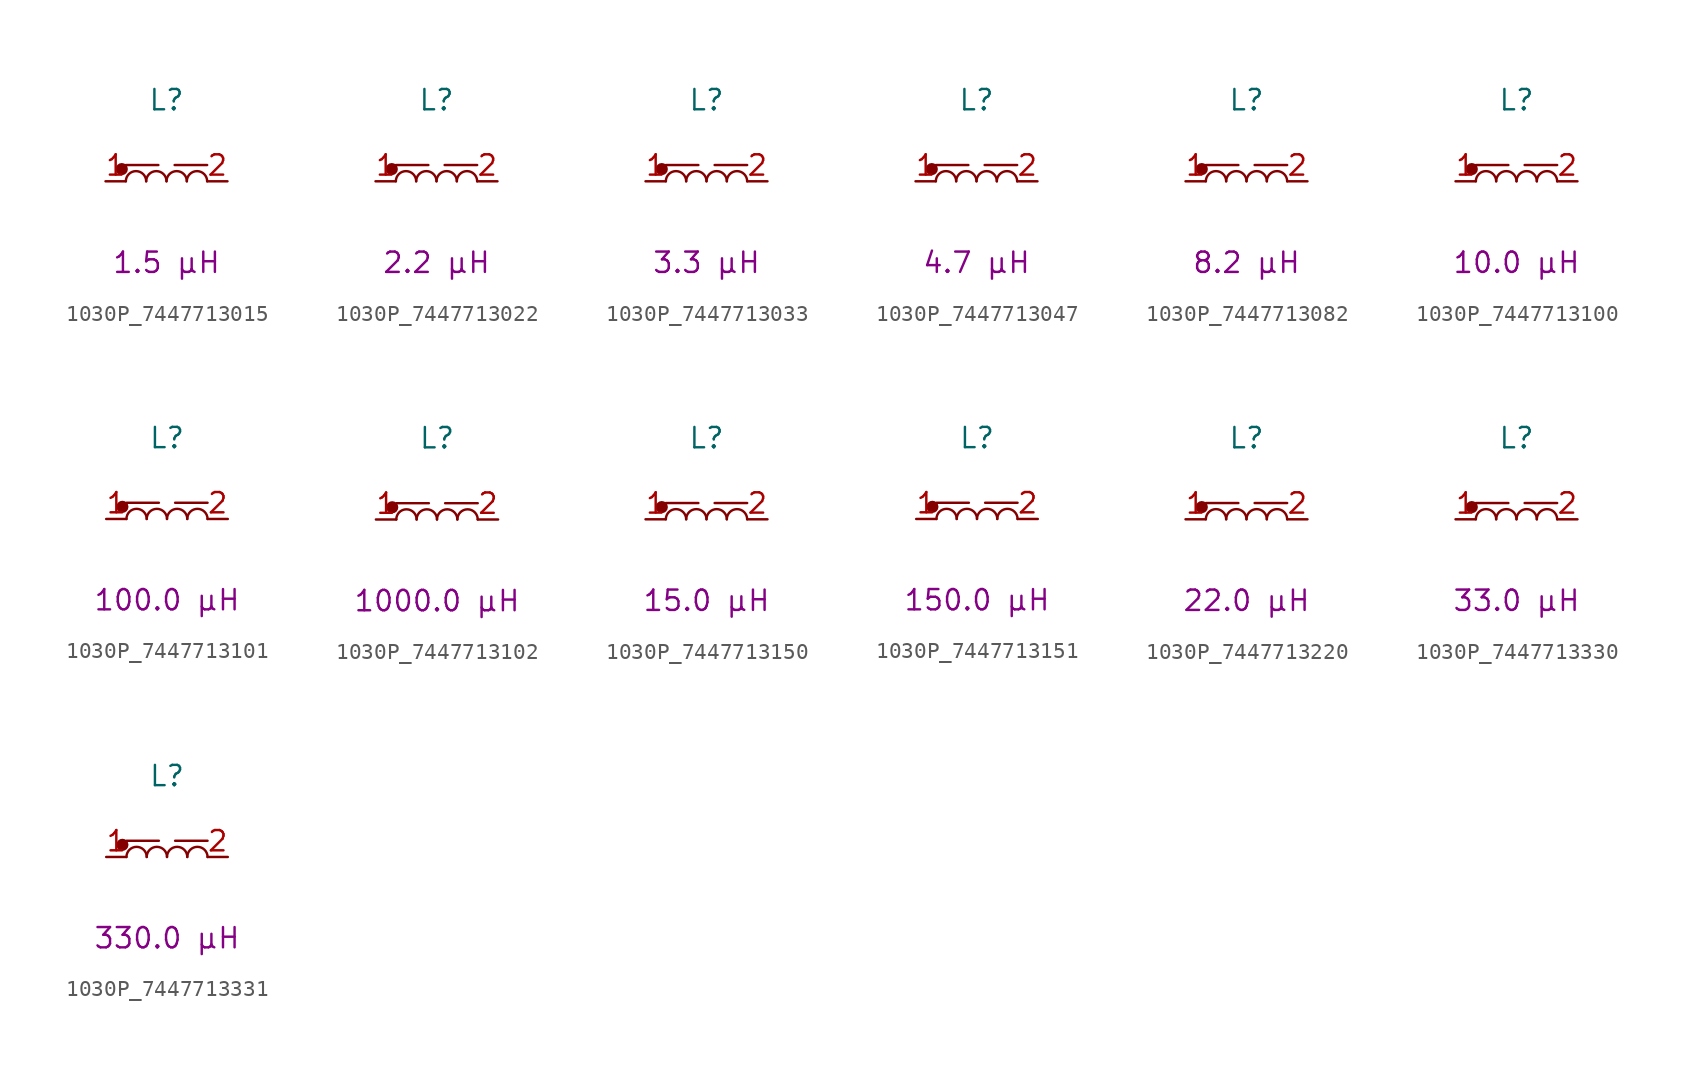
<source format=kicad_sym>
(kicad_symbol_lib
  (version 20220914)
  (generator kicad_symbol_editor)
  (symbol "1030P_7447713015"
    (pin_names hide)
    (property "Reference" "L"
      (at 0 5.08 0)
      (effects (font (size 1.27 1.27))))
    (property "Critical Parameter" "1.5 µH"
      (at 0 -5.08 0)
      (effects (font (size 1.27 1.27))))
    (symbol "1030P_7447713015_0_1"
      (arc (start -1.27 0) (mid -1.905 0.6323) (end -2.54 0) (stroke (width 0) (type default)) (fill (type none)))
      (arc (start 0 0) (mid -0.635 0.6323) (end -1.27 0) (stroke (width 0) (type default)) (fill (type none)))
      (polyline (pts (xy -2.54 1.016) (xy -0.508 1.016)) (stroke (width 0) (type default)) (fill (type none)))
      (arc (start 1.27 0) (mid 0.635 0.6323) (end 0 0) (stroke (width 0) (type default)) (fill (type none)))
      (arc (start 2.54 0) (mid 1.905 0.6323) (end 1.27 0) (stroke (width 0) (type default)) (fill (type none))))
    (symbol "1030P_7447713015_1_1"
      (circle (center -2.794 0.762) (radius 0.0001) (stroke (width 0.381) (type default)) (fill (type none)))
      (polyline (pts (xy 2.54 1.016) (xy 0.508 1.016)) (stroke (width 0) (type default)) (fill (type none)))
      (pin passive line (at -3.81 0 0) (length 1.27) (name "1" (effects (font (size 1.27 1.27)))) (number "1" (effects (font (size 1.27 1.27)))))
      (pin passive line (at 3.81 0 180) (length 1.27) (name "2" (effects (font (size 1.27 1.27)))) (number "2" (effects (font (size 1.27 1.27)))))))
  (symbol "1030P_7447713022"
    (pin_names hide)
    (property "Reference" "L"
      (at 0 5.08 0)
      (effects (font (size 1.27 1.27))))
    (property "Critical Parameter" "2.2 µH"
      (at 0 -5.08 0)
      (effects (font (size 1.27 1.27))))
    (symbol "1030P_7447713022_0_1"
      (arc (start -1.27 0) (mid -1.905 0.6323) (end -2.54 0) (stroke (width 0) (type default)) (fill (type none)))
      (arc (start 0 0) (mid -0.635 0.6323) (end -1.27 0) (stroke (width 0) (type default)) (fill (type none)))
      (polyline (pts (xy -2.54 1.016) (xy -0.508 1.016)) (stroke (width 0) (type default)) (fill (type none)))
      (arc (start 1.27 0) (mid 0.635 0.6323) (end 0 0) (stroke (width 0) (type default)) (fill (type none)))
      (arc (start 2.54 0) (mid 1.905 0.6323) (end 1.27 0) (stroke (width 0) (type default)) (fill (type none))))
    (symbol "1030P_7447713022_1_1"
      (circle (center -2.794 0.762) (radius 0.0001) (stroke (width 0.381) (type default)) (fill (type none)))
      (polyline (pts (xy 2.54 1.016) (xy 0.508 1.016)) (stroke (width 0) (type default)) (fill (type none)))
      (pin passive line (at -3.81 0 0) (length 1.27) (name "1" (effects (font (size 1.27 1.27)))) (number "1" (effects (font (size 1.27 1.27)))))
      (pin passive line (at 3.81 0 180) (length 1.27) (name "2" (effects (font (size 1.27 1.27)))) (number "2" (effects (font (size 1.27 1.27)))))))
  (symbol "1030P_7447713033"
    (pin_names hide)
    (property "Reference" "L"
      (at 0 5.08 0)
      (effects (font (size 1.27 1.27))))
    (property "Critical Parameter" "3.3 µH"
      (at 0 -5.08 0)
      (effects (font (size 1.27 1.27))))
    (symbol "1030P_7447713033_0_1"
      (arc (start -1.27 0) (mid -1.905 0.6323) (end -2.54 0) (stroke (width 0) (type default)) (fill (type none)))
      (arc (start 0 0) (mid -0.635 0.6323) (end -1.27 0) (stroke (width 0) (type default)) (fill (type none)))
      (polyline (pts (xy -2.54 1.016) (xy -0.508 1.016)) (stroke (width 0) (type default)) (fill (type none)))
      (arc (start 1.27 0) (mid 0.635 0.6323) (end 0 0) (stroke (width 0) (type default)) (fill (type none)))
      (arc (start 2.54 0) (mid 1.905 0.6323) (end 1.27 0) (stroke (width 0) (type default)) (fill (type none))))
    (symbol "1030P_7447713033_1_1"
      (circle (center -2.794 0.762) (radius 0.0001) (stroke (width 0.381) (type default)) (fill (type none)))
      (polyline (pts (xy 2.54 1.016) (xy 0.508 1.016)) (stroke (width 0) (type default)) (fill (type none)))
      (pin passive line (at -3.81 0 0) (length 1.27) (name "1" (effects (font (size 1.27 1.27)))) (number "1" (effects (font (size 1.27 1.27)))))
      (pin passive line (at 3.81 0 180) (length 1.27) (name "2" (effects (font (size 1.27 1.27)))) (number "2" (effects (font (size 1.27 1.27)))))))
  (symbol "1030P_7447713047"
    (pin_names hide)
    (property "Reference" "L"
      (at 0 5.08 0)
      (effects (font (size 1.27 1.27))))
    (property "Critical Parameter" "4.7 µH"
      (at 0 -5.08 0)
      (effects (font (size 1.27 1.27))))
    (symbol "1030P_7447713047_0_1"
      (arc (start -1.27 0) (mid -1.905 0.6323) (end -2.54 0) (stroke (width 0) (type default)) (fill (type none)))
      (arc (start 0 0) (mid -0.635 0.6323) (end -1.27 0) (stroke (width 0) (type default)) (fill (type none)))
      (polyline (pts (xy -2.54 1.016) (xy -0.508 1.016)) (stroke (width 0) (type default)) (fill (type none)))
      (arc (start 1.27 0) (mid 0.635 0.6323) (end 0 0) (stroke (width 0) (type default)) (fill (type none)))
      (arc (start 2.54 0) (mid 1.905 0.6323) (end 1.27 0) (stroke (width 0) (type default)) (fill (type none))))
    (symbol "1030P_7447713047_1_1"
      (circle (center -2.794 0.762) (radius 0.0001) (stroke (width 0.381) (type default)) (fill (type none)))
      (polyline (pts (xy 2.54 1.016) (xy 0.508 1.016)) (stroke (width 0) (type default)) (fill (type none)))
      (pin passive line (at -3.81 0 0) (length 1.27) (name "1" (effects (font (size 1.27 1.27)))) (number "1" (effects (font (size 1.27 1.27)))))
      (pin passive line (at 3.81 0 180) (length 1.27) (name "2" (effects (font (size 1.27 1.27)))) (number "2" (effects (font (size 1.27 1.27)))))))
  (symbol "1030P_7447713082"
    (pin_names hide)
    (property "Reference" "L"
      (at 0 5.08 0)
      (effects (font (size 1.27 1.27))))
    (property "Critical Parameter" "8.2 µH"
      (at 0 -5.08 0)
      (effects (font (size 1.27 1.27))))
    (symbol "1030P_7447713082_0_1"
      (arc (start -1.27 0) (mid -1.905 0.6323) (end -2.54 0) (stroke (width 0) (type default)) (fill (type none)))
      (arc (start 0 0) (mid -0.635 0.6323) (end -1.27 0) (stroke (width 0) (type default)) (fill (type none)))
      (polyline (pts (xy -2.54 1.016) (xy -0.508 1.016)) (stroke (width 0) (type default)) (fill (type none)))
      (arc (start 1.27 0) (mid 0.635 0.6323) (end 0 0) (stroke (width 0) (type default)) (fill (type none)))
      (arc (start 2.54 0) (mid 1.905 0.6323) (end 1.27 0) (stroke (width 0) (type default)) (fill (type none))))
    (symbol "1030P_7447713082_1_1"
      (circle (center -2.794 0.762) (radius 0.0001) (stroke (width 0.381) (type default)) (fill (type none)))
      (polyline (pts (xy 2.54 1.016) (xy 0.508 1.016)) (stroke (width 0) (type default)) (fill (type none)))
      (pin passive line (at -3.81 0 0) (length 1.27) (name "1" (effects (font (size 1.27 1.27)))) (number "1" (effects (font (size 1.27 1.27)))))
      (pin passive line (at 3.81 0 180) (length 1.27) (name "2" (effects (font (size 1.27 1.27)))) (number "2" (effects (font (size 1.27 1.27)))))))
  (symbol "1030P_7447713100"
    (pin_names hide)
    (property "Reference" "L"
      (at 0 5.08 0)
      (effects (font (size 1.27 1.27))))
    (property "Critical Parameter" "10.0 µH"
      (at 0 -5.08 0)
      (effects (font (size 1.27 1.27))))
    (symbol "1030P_7447713100_0_1"
      (arc (start -1.27 0) (mid -1.905 0.6323) (end -2.54 0) (stroke (width 0) (type default)) (fill (type none)))
      (arc (start 0 0) (mid -0.635 0.6323) (end -1.27 0) (stroke (width 0) (type default)) (fill (type none)))
      (polyline (pts (xy -2.54 1.016) (xy -0.508 1.016)) (stroke (width 0) (type default)) (fill (type none)))
      (arc (start 1.27 0) (mid 0.635 0.6323) (end 0 0) (stroke (width 0) (type default)) (fill (type none)))
      (arc (start 2.54 0) (mid 1.905 0.6323) (end 1.27 0) (stroke (width 0) (type default)) (fill (type none))))
    (symbol "1030P_7447713100_1_1"
      (circle (center -2.794 0.762) (radius 0.0001) (stroke (width 0.381) (type default)) (fill (type none)))
      (polyline (pts (xy 2.54 1.016) (xy 0.508 1.016)) (stroke (width 0) (type default)) (fill (type none)))
      (pin passive line (at -3.81 0 0) (length 1.27) (name "1" (effects (font (size 1.27 1.27)))) (number "1" (effects (font (size 1.27 1.27)))))
      (pin passive line (at 3.81 0 180) (length 1.27) (name "2" (effects (font (size 1.27 1.27)))) (number "2" (effects (font (size 1.27 1.27)))))))
  (symbol "1030P_7447713101"
    (pin_names hide)
    (property "Reference" "L"
      (at 0 5.08 0)
      (effects (font (size 1.27 1.27))))
    (property "Critical Parameter" "100.0 µH"
      (at 0 -5.08 0)
      (effects (font (size 1.27 1.27))))
    (symbol "1030P_7447713101_0_1"
      (arc (start -1.27 0) (mid -1.905 0.6323) (end -2.54 0) (stroke (width 0) (type default)) (fill (type none)))
      (arc (start 0 0) (mid -0.635 0.6323) (end -1.27 0) (stroke (width 0) (type default)) (fill (type none)))
      (polyline (pts (xy -2.54 1.016) (xy -0.508 1.016)) (stroke (width 0) (type default)) (fill (type none)))
      (arc (start 1.27 0) (mid 0.635 0.6323) (end 0 0) (stroke (width 0) (type default)) (fill (type none)))
      (arc (start 2.54 0) (mid 1.905 0.6323) (end 1.27 0) (stroke (width 0) (type default)) (fill (type none))))
    (symbol "1030P_7447713101_1_1"
      (circle (center -2.794 0.762) (radius 0.0001) (stroke (width 0.381) (type default)) (fill (type none)))
      (polyline (pts (xy 2.54 1.016) (xy 0.508 1.016)) (stroke (width 0) (type default)) (fill (type none)))
      (pin passive line (at -3.81 0 0) (length 1.27) (name "1" (effects (font (size 1.27 1.27)))) (number "1" (effects (font (size 1.27 1.27)))))
      (pin passive line (at 3.81 0 180) (length 1.27) (name "2" (effects (font (size 1.27 1.27)))) (number "2" (effects (font (size 1.27 1.27)))))))
  (symbol "1030P_7447713102"
    (pin_names hide)
    (property "Reference" "L"
      (at 0 5.08 0)
      (effects (font (size 1.27 1.27))))
    (property "Critical Parameter" "1000.0 µH"
      (at 0 -5.08 0)
      (effects (font (size 1.27 1.27))))
    (symbol "1030P_7447713102_0_1"
      (arc (start -1.27 0) (mid -1.905 0.6323) (end -2.54 0) (stroke (width 0) (type default)) (fill (type none)))
      (arc (start 0 0) (mid -0.635 0.6323) (end -1.27 0) (stroke (width 0) (type default)) (fill (type none)))
      (polyline (pts (xy -2.54 1.016) (xy -0.508 1.016)) (stroke (width 0) (type default)) (fill (type none)))
      (arc (start 1.27 0) (mid 0.635 0.6323) (end 0 0) (stroke (width 0) (type default)) (fill (type none)))
      (arc (start 2.54 0) (mid 1.905 0.6323) (end 1.27 0) (stroke (width 0) (type default)) (fill (type none))))
    (symbol "1030P_7447713102_1_1"
      (circle (center -2.794 0.762) (radius 0.0001) (stroke (width 0.381) (type default)) (fill (type none)))
      (polyline (pts (xy 2.54 1.016) (xy 0.508 1.016)) (stroke (width 0) (type default)) (fill (type none)))
      (pin passive line (at -3.81 0 0) (length 1.27) (name "1" (effects (font (size 1.27 1.27)))) (number "1" (effects (font (size 1.27 1.27)))))
      (pin passive line (at 3.81 0 180) (length 1.27) (name "2" (effects (font (size 1.27 1.27)))) (number "2" (effects (font (size 1.27 1.27)))))))
  (symbol "1030P_7447713150"
    (pin_names hide)
    (property "Reference" "L"
      (at 0 5.08 0)
      (effects (font (size 1.27 1.27))))
    (property "Critical Parameter" "15.0 µH"
      (at 0 -5.08 0)
      (effects (font (size 1.27 1.27))))
    (symbol "1030P_7447713150_0_1"
      (arc (start -1.27 0) (mid -1.905 0.6323) (end -2.54 0) (stroke (width 0) (type default)) (fill (type none)))
      (arc (start 0 0) (mid -0.635 0.6323) (end -1.27 0) (stroke (width 0) (type default)) (fill (type none)))
      (polyline (pts (xy -2.54 1.016) (xy -0.508 1.016)) (stroke (width 0) (type default)) (fill (type none)))
      (arc (start 1.27 0) (mid 0.635 0.6323) (end 0 0) (stroke (width 0) (type default)) (fill (type none)))
      (arc (start 2.54 0) (mid 1.905 0.6323) (end 1.27 0) (stroke (width 0) (type default)) (fill (type none))))
    (symbol "1030P_7447713150_1_1"
      (circle (center -2.794 0.762) (radius 0.0001) (stroke (width 0.381) (type default)) (fill (type none)))
      (polyline (pts (xy 2.54 1.016) (xy 0.508 1.016)) (stroke (width 0) (type default)) (fill (type none)))
      (pin passive line (at -3.81 0 0) (length 1.27) (name "1" (effects (font (size 1.27 1.27)))) (number "1" (effects (font (size 1.27 1.27)))))
      (pin passive line (at 3.81 0 180) (length 1.27) (name "2" (effects (font (size 1.27 1.27)))) (number "2" (effects (font (size 1.27 1.27)))))))
  (symbol "1030P_7447713151"
    (pin_names hide)
    (property "Reference" "L"
      (at 0 5.08 0)
      (effects (font (size 1.27 1.27))))
    (property "Critical Parameter" "150.0 µH"
      (at 0 -5.08 0)
      (effects (font (size 1.27 1.27))))
    (symbol "1030P_7447713151_0_1"
      (arc (start -1.27 0) (mid -1.905 0.6323) (end -2.54 0) (stroke (width 0) (type default)) (fill (type none)))
      (arc (start 0 0) (mid -0.635 0.6323) (end -1.27 0) (stroke (width 0) (type default)) (fill (type none)))
      (polyline (pts (xy -2.54 1.016) (xy -0.508 1.016)) (stroke (width 0) (type default)) (fill (type none)))
      (arc (start 1.27 0) (mid 0.635 0.6323) (end 0 0) (stroke (width 0) (type default)) (fill (type none)))
      (arc (start 2.54 0) (mid 1.905 0.6323) (end 1.27 0) (stroke (width 0) (type default)) (fill (type none))))
    (symbol "1030P_7447713151_1_1"
      (circle (center -2.794 0.762) (radius 0.0001) (stroke (width 0.381) (type default)) (fill (type none)))
      (polyline (pts (xy 2.54 1.016) (xy 0.508 1.016)) (stroke (width 0) (type default)) (fill (type none)))
      (pin passive line (at -3.81 0 0) (length 1.27) (name "1" (effects (font (size 1.27 1.27)))) (number "1" (effects (font (size 1.27 1.27)))))
      (pin passive line (at 3.81 0 180) (length 1.27) (name "2" (effects (font (size 1.27 1.27)))) (number "2" (effects (font (size 1.27 1.27)))))))
  (symbol "1030P_7447713220"
    (pin_names hide)
    (property "Reference" "L"
      (at 0 5.08 0)
      (effects (font (size 1.27 1.27))))
    (property "Critical Parameter" "22.0 µH"
      (at 0 -5.08 0)
      (effects (font (size 1.27 1.27))))
    (symbol "1030P_7447713220_0_1"
      (arc (start -1.27 0) (mid -1.905 0.6323) (end -2.54 0) (stroke (width 0) (type default)) (fill (type none)))
      (arc (start 0 0) (mid -0.635 0.6323) (end -1.27 0) (stroke (width 0) (type default)) (fill (type none)))
      (polyline (pts (xy -2.54 1.016) (xy -0.508 1.016)) (stroke (width 0) (type default)) (fill (type none)))
      (arc (start 1.27 0) (mid 0.635 0.6323) (end 0 0) (stroke (width 0) (type default)) (fill (type none)))
      (arc (start 2.54 0) (mid 1.905 0.6323) (end 1.27 0) (stroke (width 0) (type default)) (fill (type none))))
    (symbol "1030P_7447713220_1_1"
      (circle (center -2.794 0.762) (radius 0.0001) (stroke (width 0.381) (type default)) (fill (type none)))
      (polyline (pts (xy 2.54 1.016) (xy 0.508 1.016)) (stroke (width 0) (type default)) (fill (type none)))
      (pin passive line (at -3.81 0 0) (length 1.27) (name "1" (effects (font (size 1.27 1.27)))) (number "1" (effects (font (size 1.27 1.27)))))
      (pin passive line (at 3.81 0 180) (length 1.27) (name "2" (effects (font (size 1.27 1.27)))) (number "2" (effects (font (size 1.27 1.27)))))))
  (symbol "1030P_7447713330"
    (pin_names hide)
    (property "Reference" "L"
      (at 0 5.08 0)
      (effects (font (size 1.27 1.27))))
    (property "Critical Parameter" "33.0 µH"
      (at 0 -5.08 0)
      (effects (font (size 1.27 1.27))))
    (symbol "1030P_7447713330_0_1"
      (arc (start -1.27 0) (mid -1.905 0.6323) (end -2.54 0) (stroke (width 0) (type default)) (fill (type none)))
      (arc (start 0 0) (mid -0.635 0.6323) (end -1.27 0) (stroke (width 0) (type default)) (fill (type none)))
      (polyline (pts (xy -2.54 1.016) (xy -0.508 1.016)) (stroke (width 0) (type default)) (fill (type none)))
      (arc (start 1.27 0) (mid 0.635 0.6323) (end 0 0) (stroke (width 0) (type default)) (fill (type none)))
      (arc (start 2.54 0) (mid 1.905 0.6323) (end 1.27 0) (stroke (width 0) (type default)) (fill (type none))))
    (symbol "1030P_7447713330_1_1"
      (circle (center -2.794 0.762) (radius 0.0001) (stroke (width 0.381) (type default)) (fill (type none)))
      (polyline (pts (xy 2.54 1.016) (xy 0.508 1.016)) (stroke (width 0) (type default)) (fill (type none)))
      (pin passive line (at -3.81 0 0) (length 1.27) (name "1" (effects (font (size 1.27 1.27)))) (number "1" (effects (font (size 1.27 1.27)))))
      (pin passive line (at 3.81 0 180) (length 1.27) (name "2" (effects (font (size 1.27 1.27)))) (number "2" (effects (font (size 1.27 1.27)))))))
  (symbol "1030P_7447713331"
    (pin_names hide)
    (property "Reference" "L"
      (at 0 5.08 0)
      (effects (font (size 1.27 1.27))))
    (property "Critical Parameter" "330.0 µH"
      (at 0 -5.08 0)
      (effects (font (size 1.27 1.27))))
    (symbol "1030P_7447713331_0_1"
      (arc (start -1.27 0) (mid -1.905 0.6323) (end -2.54 0) (stroke (width 0) (type default)) (fill (type none)))
      (arc (start 0 0) (mid -0.635 0.6323) (end -1.27 0) (stroke (width 0) (type default)) (fill (type none)))
      (polyline (pts (xy -2.54 1.016) (xy -0.508 1.016)) (stroke (width 0) (type default)) (fill (type none)))
      (arc (start 1.27 0) (mid 0.635 0.6323) (end 0 0) (stroke (width 0) (type default)) (fill (type none)))
      (arc (start 2.54 0) (mid 1.905 0.6323) (end 1.27 0) (stroke (width 0) (type default)) (fill (type none))))
    (symbol "1030P_7447713331_1_1"
      (circle (center -2.794 0.762) (radius 0.0001) (stroke (width 0.381) (type default)) (fill (type none)))
      (polyline (pts (xy 2.54 1.016) (xy 0.508 1.016)) (stroke (width 0) (type default)) (fill (type none)))
      (pin passive line (at -3.81 0 0) (length 1.27) (name "1" (effects (font (size 1.27 1.27)))) (number "1" (effects (font (size 1.27 1.27)))))
      (pin passive line (at 3.81 0 180) (length 1.27) (name "2" (effects (font (size 1.27 1.27)))) (number "2" (effects (font (size 1.27 1.27))))))))
</source>
